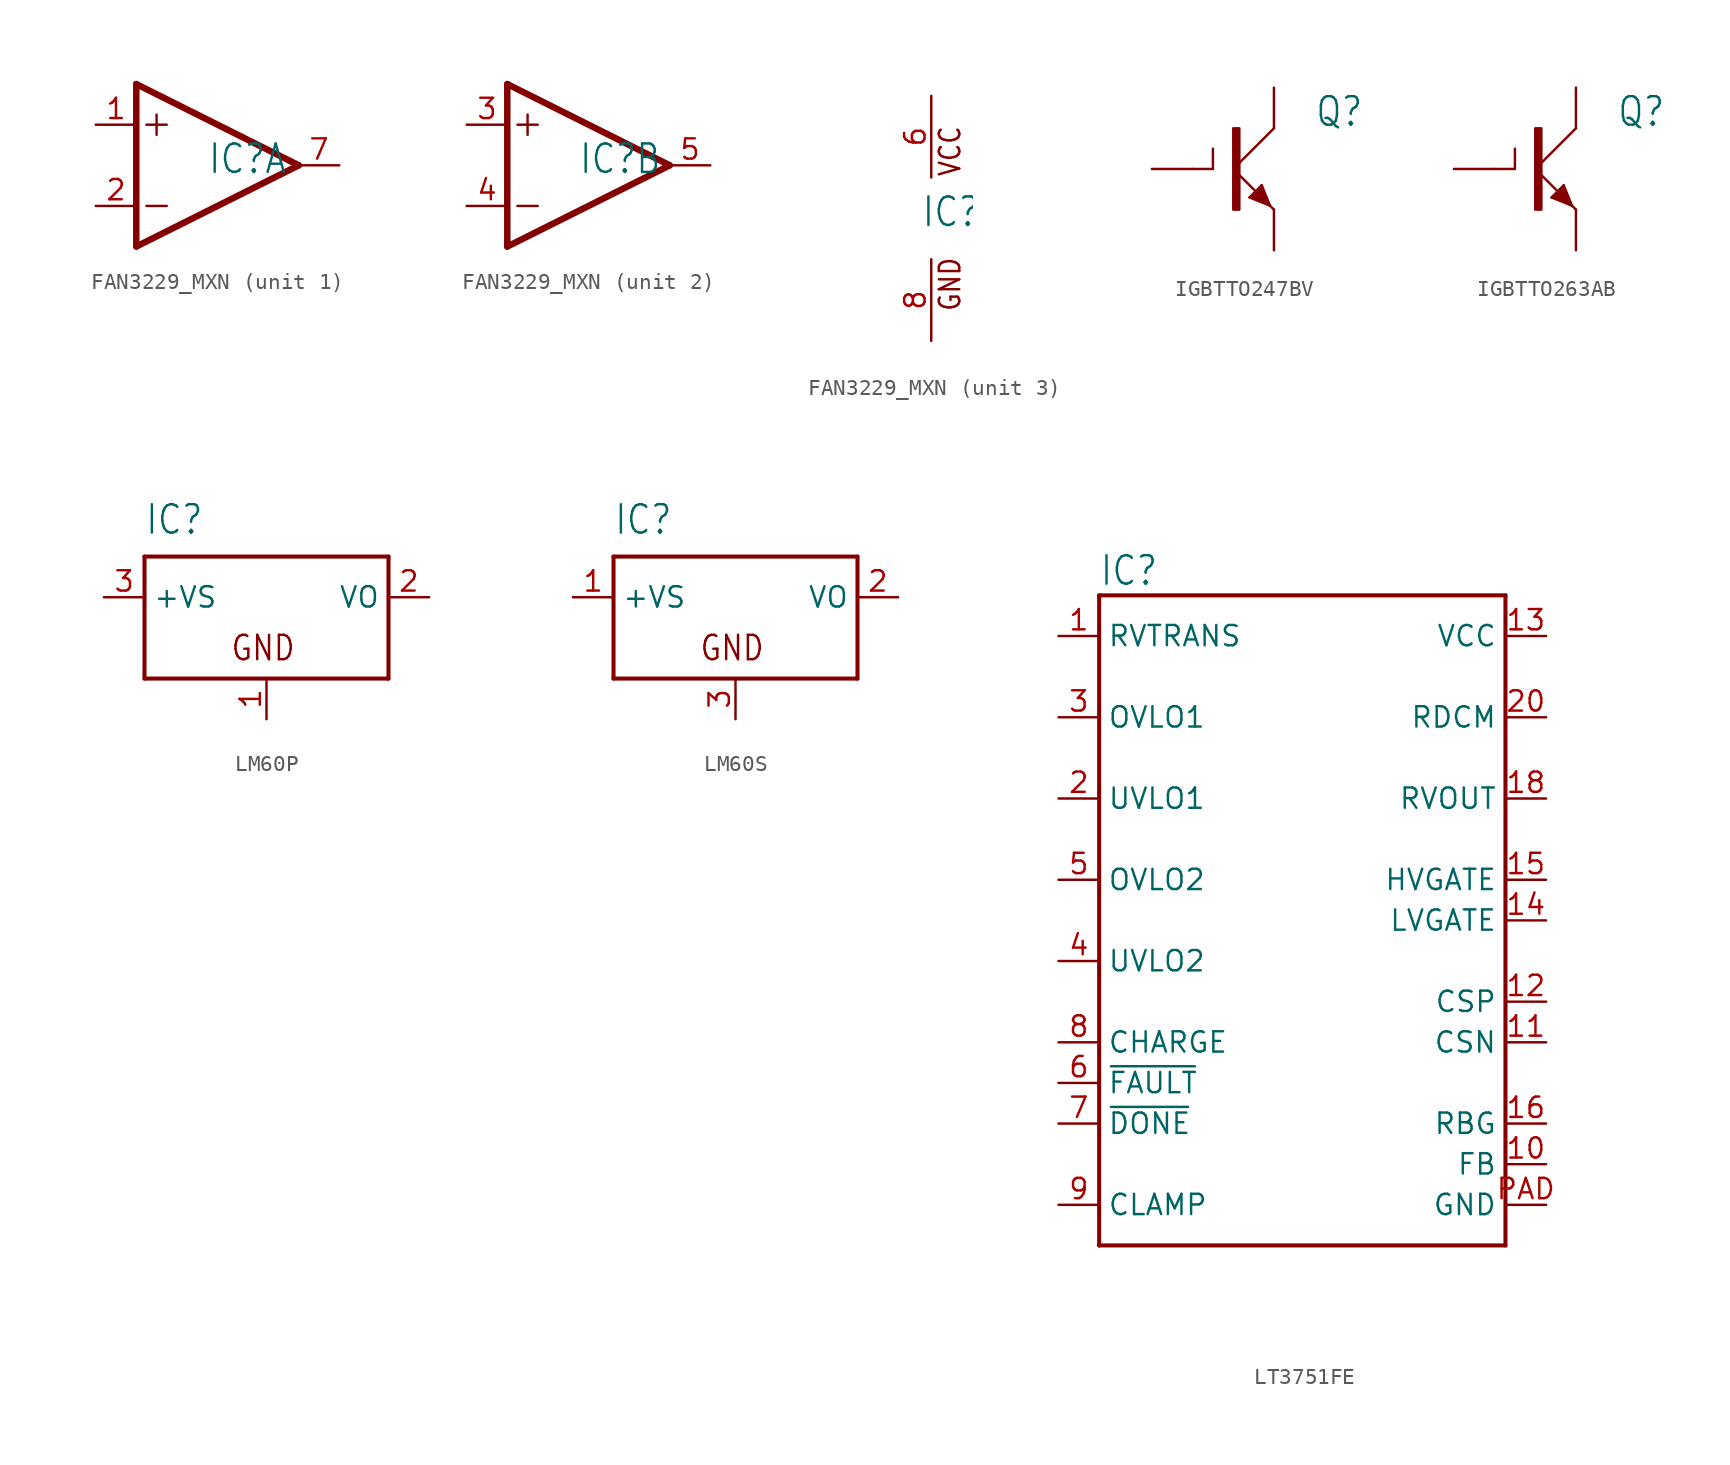
<source format=kicad_sym>
(kicad_symbol_lib
  (version 20220914)
  (generator kicad_symbol_editor)
  (symbol "FAN3229_MXN"
    (property "Reference" "IC"
      (at -0.635 -0.635 0)
      (effects (font (size 1.778 1.511)) (justify left bottom)))
    (property "ki_locked" ""
      (at 0 0 0)
      (effects (font (size 1.27 1.27))))
    (symbol "FAN3229_MXN_1_0"
      (polyline (pts (xy -5.08 -5.08) (xy 5.08 0)) (stroke (width 0.406) (type solid)) (fill (type none)))
      (polyline (pts (xy -5.08 5.08) (xy -5.08 -5.08)) (stroke (width 0.406) (type solid)) (fill (type none)))
      (polyline (pts (xy -4.445 -2.54) (xy -3.175 -2.54)) (stroke (width 0.152) (type solid)) (fill (type none)))
      (polyline (pts (xy -4.445 2.54) (xy -3.175 2.54)) (stroke (width 0.152) (type solid)) (fill (type none)))
      (polyline (pts (xy -3.81 3.175) (xy -3.81 1.905)) (stroke (width 0.152) (type solid)) (fill (type none)))
      (polyline (pts (xy 5.08 0) (xy -5.08 5.08)) (stroke (width 0.406) (type solid)) (fill (type none)))
      (pin input line (at -7.62 2.54 0) (length 2.54) (name "+IN" (effects (font (size 0 0)))) (number "1" (effects (font (size 1.27 1.27)))))
      (pin input line (at -7.62 -2.54 0) (length 2.54) (name "-IN" (effects (font (size 0 0)))) (number "2" (effects (font (size 1.27 1.27)))))
      (pin output line (at 7.62 0 180) (length 2.54) (name "OUT" (effects (font (size 0 0)))) (number "7" (effects (font (size 1.27 1.27))))))
    (symbol "FAN3229_MXN_2_0"
      (polyline (pts (xy -5.08 -5.08) (xy 5.08 0)) (stroke (width 0.406) (type solid)) (fill (type none)))
      (polyline (pts (xy -5.08 5.08) (xy -5.08 -5.08)) (stroke (width 0.406) (type solid)) (fill (type none)))
      (polyline (pts (xy -4.445 -2.54) (xy -3.175 -2.54)) (stroke (width 0.152) (type solid)) (fill (type none)))
      (polyline (pts (xy -4.445 2.54) (xy -3.175 2.54)) (stroke (width 0.152) (type solid)) (fill (type none)))
      (polyline (pts (xy -3.81 3.175) (xy -3.81 1.905)) (stroke (width 0.152) (type solid)) (fill (type none)))
      (polyline (pts (xy 5.08 0) (xy -5.08 5.08)) (stroke (width 0.406) (type solid)) (fill (type none)))
      (pin input line (at -7.62 2.54 0) (length 2.54) (name "+IN" (effects (font (size 0 0)))) (number "3" (effects (font (size 1.27 1.27)))))
      (pin input line (at -7.62 -2.54 0) (length 2.54) (name "-IN" (effects (font (size 0 0)))) (number "4" (effects (font (size 1.27 1.27)))))
      (pin output line (at 7.62 0 180) (length 2.54) (name "OUT" (effects (font (size 0 0)))) (number "5" (effects (font (size 1.27 1.27))))))
    (symbol "FAN3229_MXN_3_0"
      (text "GND" (at 1.905 -5.842 900) (effects (font (size 1.27 1.079)) (justify left bottom)))
      (text "VCC" (at 1.905 2.54 900) (effects (font (size 1.27 1.079)) (justify left bottom)))
      (pin power_in line (at 0 7.62 270) (length 5.08) (name "VCC" (effects (font (size 0 0)))) (number "6" (effects (font (size 1.27 1.27)))))
      (pin power_in line (at 0 -7.62 90) (length 5.08) (name "GND" (effects (font (size 0 0)))) (number "8" (effects (font (size 1.27 1.27)))))))
  (symbol "IGBTTO247BV"
    (property "Reference" "Q"
      (at 5.08 2.54 0)
      (effects (font (size 1.778 1.511)) (justify left bottom)))
    (property "Value" ""
      (at 5.08 0 0)
      (effects (font (size 1.778 1.511)) (justify left bottom)))
    (property "ki_locked" ""
      (at 0 0 0)
      (effects (font (size 1.27 1.27))))
    (symbol "IGBTTO247BV_1_0"
      (rectangle (start 0 -2.54) (end 0.381 2.54) (stroke (width 0) (type default)) (fill (type outline)))
      (polyline (pts (xy -2.54 0) (xy -1.27 0)) (stroke (width 0.152) (type solid)) (fill (type none)))
      (polyline (pts (xy -1.27 0) (xy -1.27 1.27)) (stroke (width 0.152) (type solid)) (fill (type none)))
      (polyline (pts (xy 0 0) (xy 1.524 -1.524)) (stroke (width 0.152) (type solid)) (fill (type none)))
      (polyline (pts (xy 1.016 -1.778) (xy 1.778 -1.016)) (stroke (width 0.152) (type solid)) (fill (type none)))
      (polyline (pts (xy 1.27 -1.778) (xy 2.159 -2.159)) (stroke (width 0.254) (type solid)) (fill (type none)))
      (polyline (pts (xy 1.524 -1.778) (xy 1.778 -1.524)) (stroke (width 0.254) (type solid)) (fill (type none)))
      (polyline (pts (xy 1.524 -1.524) (xy 1.27 -1.778)) (stroke (width 0.254) (type solid)) (fill (type none)))
      (polyline (pts (xy 1.778 -1.27) (xy 1.524 -1.524)) (stroke (width 0.254) (type solid)) (fill (type none)))
      (polyline (pts (xy 1.778 -1.016) (xy 2.286 -2.286)) (stroke (width 0.152) (type solid)) (fill (type none)))
      (polyline (pts (xy 2.159 -2.159) (xy 1.524 -1.524)) (stroke (width 0.254) (type solid)) (fill (type none)))
      (polyline (pts (xy 2.159 -2.159) (xy 1.778 -1.27)) (stroke (width 0.254) (type solid)) (fill (type none)))
      (polyline (pts (xy 2.159 -2.159) (xy 2.286 -2.286)) (stroke (width 0.152) (type solid)) (fill (type none)))
      (polyline (pts (xy 2.286 -2.286) (xy 1.016 -1.778)) (stroke (width 0.152) (type solid)) (fill (type none)))
      (polyline (pts (xy 2.286 -2.286) (xy 2.54 -2.54)) (stroke (width 0.152) (type solid)) (fill (type none)))
      (polyline (pts (xy 2.54 2.54) (xy 0 0)) (stroke (width 0.152) (type solid)) (fill (type none)))
      (pin passive line (at -5.08 0 0) (length 2.54) (name "G" (effects (font (size 0 0)))) (number "1" (effects (font (size 0 0)))))
      (pin passive line (at 2.54 5.08 270) (length 2.54) (name "C" (effects (font (size 0 0)))) (number "2" (effects (font (size 0 0)))))
      (pin passive line (at 2.54 -5.08 90) (length 2.54) (name "E" (effects (font (size 0 0)))) (number "3" (effects (font (size 0 0)))))))
  (symbol "IGBTTO263AB"
    (property "Reference" "Q"
      (at 5.08 2.54 0)
      (effects (font (size 1.778 1.511)) (justify left bottom)))
    (property "Value" ""
      (at 5.08 0 0)
      (effects (font (size 1.778 1.511)) (justify left bottom)))
    (property "ki_locked" ""
      (at 0 0 0)
      (effects (font (size 1.27 1.27))))
    (symbol "IGBTTO263AB_1_0"
      (rectangle (start 0 -2.54) (end 0.381 2.54) (stroke (width 0) (type default)) (fill (type outline)))
      (polyline (pts (xy -2.54 0) (xy -1.27 0)) (stroke (width 0.152) (type solid)) (fill (type none)))
      (polyline (pts (xy -1.27 0) (xy -1.27 1.27)) (stroke (width 0.152) (type solid)) (fill (type none)))
      (polyline (pts (xy 0 0) (xy 1.524 -1.524)) (stroke (width 0.152) (type solid)) (fill (type none)))
      (polyline (pts (xy 1.016 -1.778) (xy 1.778 -1.016)) (stroke (width 0.152) (type solid)) (fill (type none)))
      (polyline (pts (xy 1.27 -1.778) (xy 2.159 -2.159)) (stroke (width 0.254) (type solid)) (fill (type none)))
      (polyline (pts (xy 1.524 -1.778) (xy 1.778 -1.524)) (stroke (width 0.254) (type solid)) (fill (type none)))
      (polyline (pts (xy 1.524 -1.524) (xy 1.27 -1.778)) (stroke (width 0.254) (type solid)) (fill (type none)))
      (polyline (pts (xy 1.778 -1.27) (xy 1.524 -1.524)) (stroke (width 0.254) (type solid)) (fill (type none)))
      (polyline (pts (xy 1.778 -1.016) (xy 2.286 -2.286)) (stroke (width 0.152) (type solid)) (fill (type none)))
      (polyline (pts (xy 2.159 -2.159) (xy 1.524 -1.524)) (stroke (width 0.254) (type solid)) (fill (type none)))
      (polyline (pts (xy 2.159 -2.159) (xy 1.778 -1.27)) (stroke (width 0.254) (type solid)) (fill (type none)))
      (polyline (pts (xy 2.159 -2.159) (xy 2.286 -2.286)) (stroke (width 0.152) (type solid)) (fill (type none)))
      (polyline (pts (xy 2.286 -2.286) (xy 1.016 -1.778)) (stroke (width 0.152) (type solid)) (fill (type none)))
      (polyline (pts (xy 2.286 -2.286) (xy 2.54 -2.54)) (stroke (width 0.152) (type solid)) (fill (type none)))
      (polyline (pts (xy 2.54 2.54) (xy 0 0)) (stroke (width 0.152) (type solid)) (fill (type none)))
      (pin passive line (at -5.08 0 0) (length 2.54) (name "G" (effects (font (size 0 0)))) (number "1" (effects (font (size 0 0)))))
      (pin passive line (at 2.54 5.08 270) (length 2.54) (name "C" (effects (font (size 0 0)))) (number "2" (effects (font (size 0 0)))))
      (pin passive line (at 2.54 -5.08 90) (length 2.54) (name "E" (effects (font (size 0 0)))) (number "3" (effects (font (size 0 0)))))))
  (symbol "LM60P"
    (property "Reference" "IC"
      (at -7.62 3.81 0)
      (effects (font (size 1.778 1.511)) (justify left bottom)))
    (property "Value" ""
      (at 2.54 -7.62 0)
      (effects (font (size 1.778 1.511)) (justify left bottom)))
    (property "ki_locked" ""
      (at 0 0 0)
      (effects (font (size 1.27 1.27))))
    (symbol "LM60P_1_0"
      (polyline (pts (xy -7.62 -5.08) (xy -7.62 2.54)) (stroke (width 0.254) (type solid)) (fill (type none)))
      (polyline (pts (xy -7.62 2.54) (xy 7.62 2.54)) (stroke (width 0.254) (type solid)) (fill (type none)))
      (polyline (pts (xy 7.62 -5.08) (xy -7.62 -5.08)) (stroke (width 0.254) (type solid)) (fill (type none)))
      (polyline (pts (xy 7.62 2.54) (xy 7.62 -5.08)) (stroke (width 0.254) (type solid)) (fill (type none)))
      (text "GND" (at -2.286 -4.064 0) (effects (font (size 1.524 1.295)) (justify left bottom)))
      (pin power_in line (at 0 -7.62 90) (length 2.54) (name "GND" (effects (font (size 0 0)))) (number "1" (effects (font (size 1.27 1.27)))))
      (pin input line (at 10.16 0 180) (length 2.54) (name "VO" (effects (font (size 1.27 1.27)))) (number "2" (effects (font (size 1.27 1.27)))))
      (pin input line (at -10.16 0 0) (length 2.54) (name "+VS" (effects (font (size 1.27 1.27)))) (number "3" (effects (font (size 1.27 1.27)))))))
  (symbol "LM60S"
    (property "Reference" "IC"
      (at -7.62 3.81 0)
      (effects (font (size 1.778 1.511)) (justify left bottom)))
    (property "Value" ""
      (at 2.54 -7.62 0)
      (effects (font (size 1.778 1.511)) (justify left bottom)))
    (property "ki_locked" ""
      (at 0 0 0)
      (effects (font (size 1.27 1.27))))
    (symbol "LM60S_1_0"
      (polyline (pts (xy -7.62 -5.08) (xy -7.62 2.54)) (stroke (width 0.254) (type solid)) (fill (type none)))
      (polyline (pts (xy -7.62 2.54) (xy 7.62 2.54)) (stroke (width 0.254) (type solid)) (fill (type none)))
      (polyline (pts (xy 7.62 -5.08) (xy -7.62 -5.08)) (stroke (width 0.254) (type solid)) (fill (type none)))
      (polyline (pts (xy 7.62 2.54) (xy 7.62 -5.08)) (stroke (width 0.254) (type solid)) (fill (type none)))
      (text "GND" (at -2.286 -4.064 0) (effects (font (size 1.524 1.295)) (justify left bottom)))
      (pin input line (at -10.16 0 0) (length 2.54) (name "+VS" (effects (font (size 1.27 1.27)))) (number "1" (effects (font (size 1.27 1.27)))))
      (pin input line (at 10.16 0 180) (length 2.54) (name "VO" (effects (font (size 1.27 1.27)))) (number "2" (effects (font (size 1.27 1.27)))))
      (pin power_in line (at 0 -7.62 90) (length 2.54) (name "GND" (effects (font (size 0 0)))) (number "3" (effects (font (size 1.27 1.27)))))))
  (symbol "LT3751FE"
    (property "Reference" "IC"
      (at -12.7 20.828 0)
      (effects (font (size 1.778 1.511)) (justify left bottom)))
    (property "Value" ""
      (at -12.7 -22.86 0)
      (effects (font (size 1.778 1.511)) (justify left bottom)))
    (property "ki_locked" ""
      (at 0 0 0)
      (effects (font (size 1.27 1.27))))
    (symbol "LT3751FE_1_0"
      (polyline (pts (xy -12.7 -20.32) (xy -12.7 20.32)) (stroke (width 0.254) (type solid)) (fill (type none)))
      (polyline (pts (xy -12.7 20.32) (xy 12.7 20.32)) (stroke (width 0.254) (type solid)) (fill (type none)))
      (polyline (pts (xy 12.7 -20.32) (xy -12.7 -20.32)) (stroke (width 0.254) (type solid)) (fill (type none)))
      (polyline (pts (xy 12.7 20.32) (xy 12.7 -20.32)) (stroke (width 0.254) (type solid)) (fill (type none)))
      (pin bidirectional line (at -15.24 17.78 0) (length 2.54) (name "RVTRANS" (effects (font (size 1.27 1.27)))) (number "1" (effects (font (size 1.27 1.27)))))
      (pin bidirectional line (at 15.24 -15.24 180) (length 2.54) (name "FB" (effects (font (size 1.27 1.27)))) (number "10" (effects (font (size 1.27 1.27)))))
      (pin bidirectional line (at 15.24 -7.62 180) (length 2.54) (name "CSN" (effects (font (size 1.27 1.27)))) (number "11" (effects (font (size 1.27 1.27)))))
      (pin bidirectional line (at 15.24 -5.08 180) (length 2.54) (name "CSP" (effects (font (size 1.27 1.27)))) (number "12" (effects (font (size 1.27 1.27)))))
      (pin bidirectional line (at 15.24 17.78 180) (length 2.54) (name "VCC" (effects (font (size 1.27 1.27)))) (number "13" (effects (font (size 1.27 1.27)))))
      (pin bidirectional line (at 15.24 0 180) (length 2.54) (name "LVGATE" (effects (font (size 1.27 1.27)))) (number "14" (effects (font (size 1.27 1.27)))))
      (pin bidirectional line (at 15.24 2.54 180) (length 2.54) (name "HVGATE" (effects (font (size 1.27 1.27)))) (number "15" (effects (font (size 1.27 1.27)))))
      (pin bidirectional line (at 15.24 -12.7 180) (length 2.54) (name "RBG" (effects (font (size 1.27 1.27)))) (number "16" (effects (font (size 1.27 1.27)))))
      (pin bidirectional line (at 15.24 7.62 180) (length 2.54) (name "RVOUT" (effects (font (size 1.27 1.27)))) (number "18" (effects (font (size 1.27 1.27)))))
      (pin bidirectional line (at -15.24 7.62 0) (length 2.54) (name "UVLO1" (effects (font (size 1.27 1.27)))) (number "2" (effects (font (size 1.27 1.27)))))
      (pin bidirectional line (at 15.24 12.7 180) (length 2.54) (name "RDCM" (effects (font (size 1.27 1.27)))) (number "20" (effects (font (size 1.27 1.27)))))
      (pin bidirectional line (at -15.24 12.7 0) (length 2.54) (name "OVLO1" (effects (font (size 1.27 1.27)))) (number "3" (effects (font (size 1.27 1.27)))))
      (pin bidirectional line (at -15.24 -2.54 0) (length 2.54) (name "UVLO2" (effects (font (size 1.27 1.27)))) (number "4" (effects (font (size 1.27 1.27)))))
      (pin bidirectional line (at -15.24 2.54 0) (length 2.54) (name "OVLO2" (effects (font (size 1.27 1.27)))) (number "5" (effects (font (size 1.27 1.27)))))
      (pin bidirectional line (at -15.24 -10.16 0) (length 2.54) (name "~{FAULT}" (effects (font (size 1.27 1.27)))) (number "6" (effects (font (size 1.27 1.27)))))
      (pin bidirectional line (at -15.24 -12.7 0) (length 2.54) (name "~{DONE}" (effects (font (size 1.27 1.27)))) (number "7" (effects (font (size 1.27 1.27)))))
      (pin bidirectional line (at -15.24 -7.62 0) (length 2.54) (name "CHARGE" (effects (font (size 1.27 1.27)))) (number "8" (effects (font (size 1.27 1.27)))))
      (pin bidirectional line (at -15.24 -17.78 0) (length 2.54) (name "CLAMP" (effects (font (size 1.27 1.27)))) (number "9" (effects (font (size 1.27 1.27)))))
      (pin bidirectional line (at 15.24 -17.78 180) (length 2.54) (name "GND" (effects (font (size 1.27 1.27)))) (number "PAD" (effects (font (size 1.27 1.27))))))))
</source>
